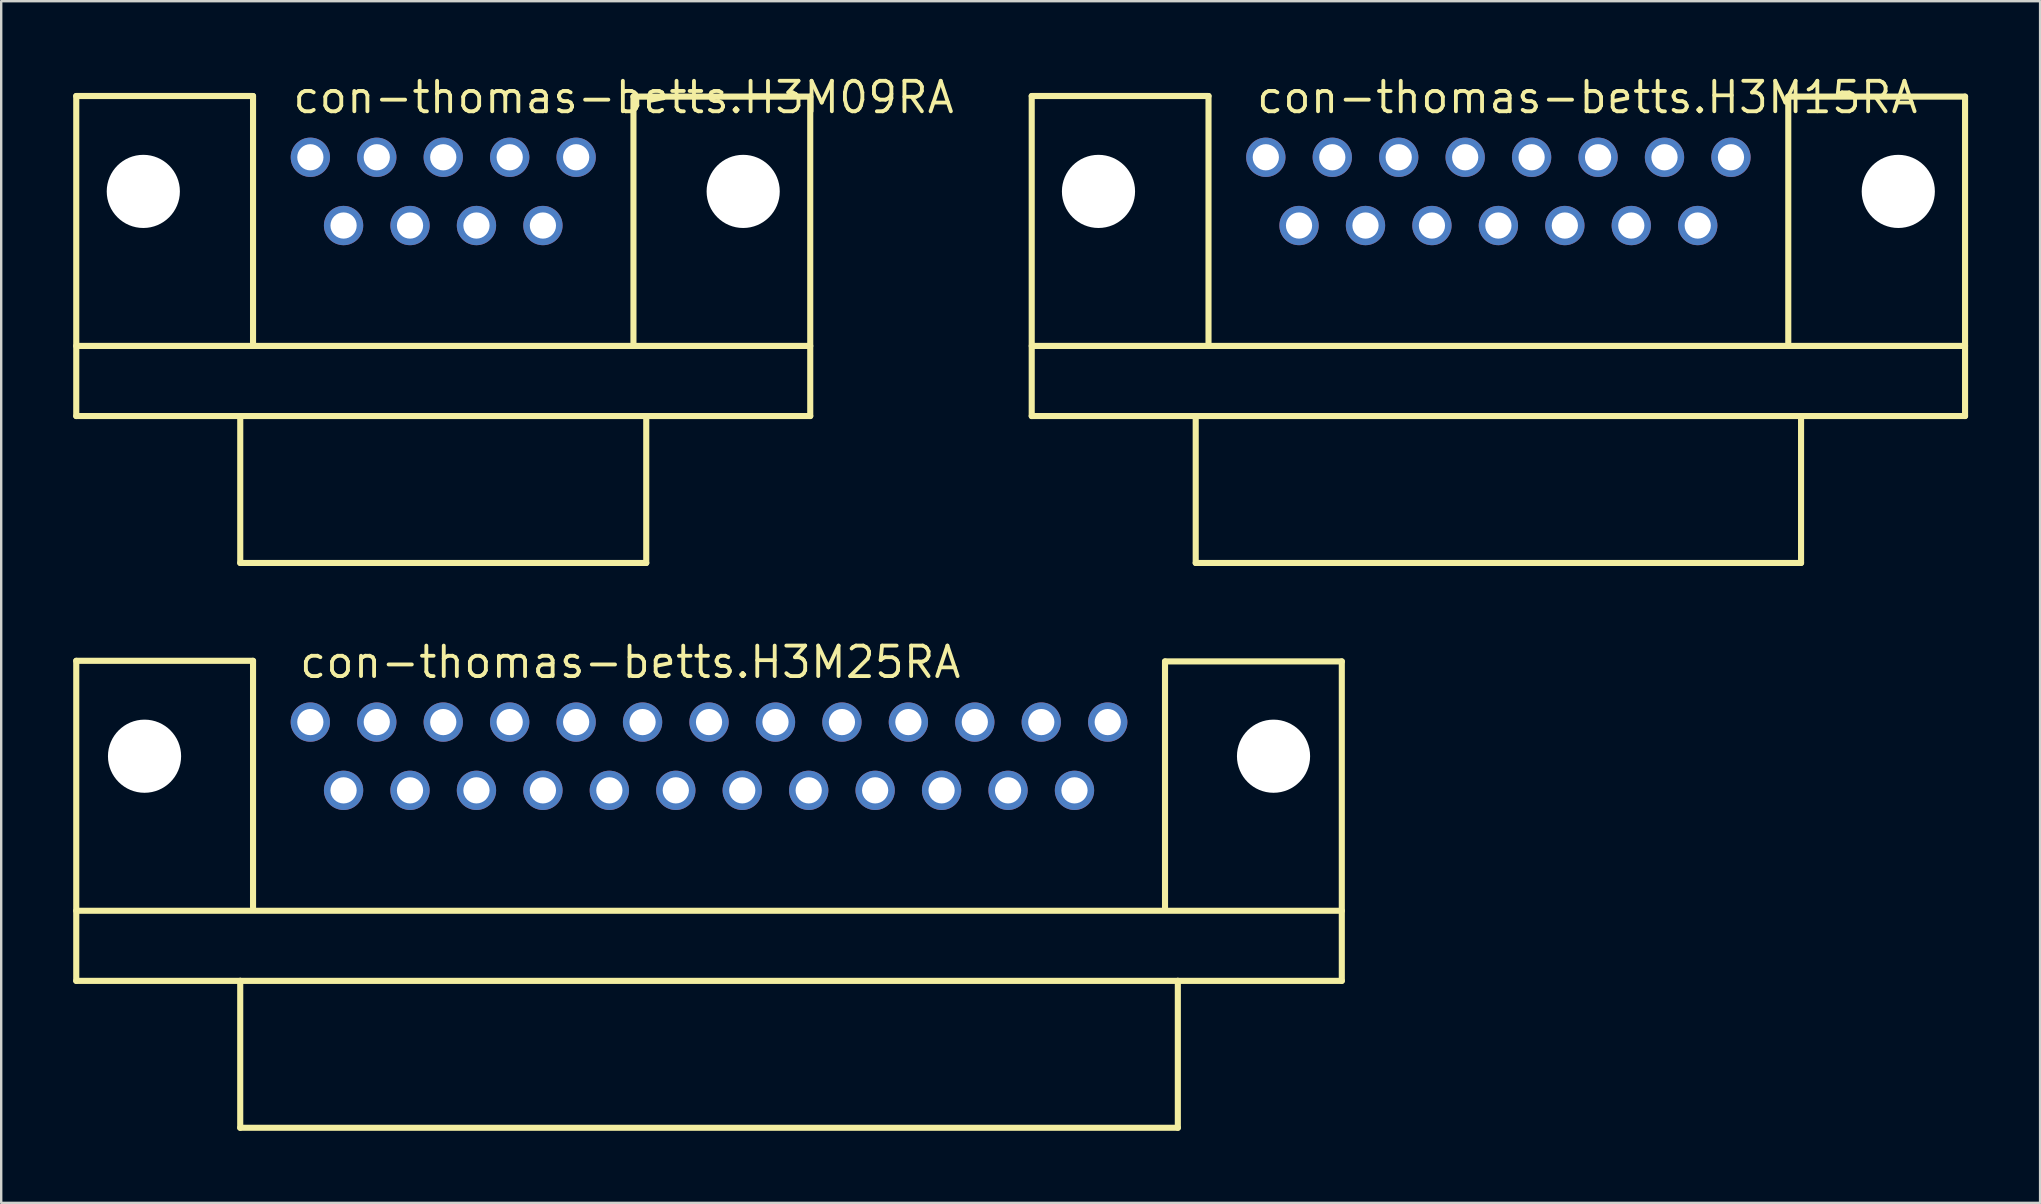
<source format=kicad_pcb>
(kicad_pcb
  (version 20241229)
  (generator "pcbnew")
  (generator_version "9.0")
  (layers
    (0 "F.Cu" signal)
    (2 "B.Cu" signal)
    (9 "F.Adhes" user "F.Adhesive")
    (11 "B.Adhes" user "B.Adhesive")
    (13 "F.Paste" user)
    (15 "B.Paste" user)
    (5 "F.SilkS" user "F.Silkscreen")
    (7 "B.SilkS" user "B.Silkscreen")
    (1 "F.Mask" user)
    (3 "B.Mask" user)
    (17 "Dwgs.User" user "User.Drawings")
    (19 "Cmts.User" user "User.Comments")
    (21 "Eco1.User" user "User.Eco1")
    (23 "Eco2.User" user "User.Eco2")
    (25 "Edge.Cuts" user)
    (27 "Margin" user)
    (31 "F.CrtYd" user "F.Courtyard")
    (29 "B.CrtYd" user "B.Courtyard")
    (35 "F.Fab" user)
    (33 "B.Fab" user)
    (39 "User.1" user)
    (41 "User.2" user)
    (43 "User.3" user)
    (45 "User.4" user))
  (footprint "con-thomas-betts.H3M15RA"
    (layer "F.Cu")
    (at 59.381 4.925)
    (property "Reference" "con-thomas-betts.H3M15RA" (at -10.16 -3.175 0) (layer "F.SilkS") (effects (font (size 1.27 1.27) (thickness 0.16)) (justify left bottom)))
    (attr through_hole)
    (fp_line (start -19.444 -3.975) (end -12.078 -3.975) (stroke (width 0.254) (type default)) (layer "F.SilkS"))
    (fp_line (start -19.444 6.439) (end 19.444 6.439) (stroke (width 0.254) (type default)) (layer "F.SilkS"))
    (fp_line (start -19.444 9.36) (end -19.444 -3.975) (stroke (width 0.254) (type default)) (layer "F.SilkS"))
    (fp_line (start -12.611 9.36) (end -19.444 9.36) (stroke (width 0.254) (type default)) (layer "F.SilkS"))
    (fp_line (start -12.611 9.36) (end 12.611 9.36) (stroke (width 0.254) (type default)) (layer "F.SilkS"))
    (fp_line (start -12.611 15.481) (end -12.611 9.36) (stroke (width 0.254) (type default)) (layer "F.SilkS"))
    (fp_line (start -12.078 -3.975) (end -12.078 6.299) (stroke (width 0.254) (type default)) (layer "F.SilkS"))
    (fp_line (start 12.078 -3.95) (end 12.078 6.299) (stroke (width 0.254) (type default)) (layer "F.SilkS"))
    (fp_line (start 12.611 9.36) (end 12.611 15.481) (stroke (width 0.254) (type default)) (layer "F.SilkS"))
    (fp_line (start 12.611 15.481) (end -12.611 15.481) (stroke (width 0.254) (type default)) (layer "F.SilkS"))
    (fp_line (start 19.444 -3.95) (end 12.078 -3.95) (stroke (width 0.254) (type default)) (layer "F.SilkS"))
    (fp_line (start 19.444 -3.95) (end 19.444 9.36) (stroke (width 0.254) (type default)) (layer "F.SilkS"))
    (fp_line (start 19.444 9.36) (end 12.611 9.36) (stroke (width 0.254) (type default)) (layer "F.SilkS"))
    (pad "" np_thru_hole circle (at -16.662 0) (size 3.048 3.048) (drill 3.048) (layers "*.Cu" "*.Mask"))
    (pad "" np_thru_hole circle (at 16.662 0) (size 3.048 3.048) (drill 3.048) (layers "*.Cu" "*.Mask"))
    (pad "1" thru_hole circle (at -9.69 -1.422) (size 1.638 1.638) (drill 1.092) (layers "*.Cu" "*.Mask"))
    (pad "2" thru_hole circle (at -6.921 -1.422) (size 1.638 1.638) (drill 1.092) (layers "*.Cu" "*.Mask"))
    (pad "3" thru_hole circle (at -4.153 -1.422) (size 1.638 1.638) (drill 1.092) (layers "*.Cu" "*.Mask"))
    (pad "4" thru_hole circle (at -1.384 -1.422) (size 1.638 1.638) (drill 1.092) (layers "*.Cu" "*.Mask"))
    (pad "5" thru_hole circle (at 1.384 -1.422) (size 1.638 1.638) (drill 1.092) (layers "*.Cu" "*.Mask"))
    (pad "6" thru_hole circle (at 4.153 -1.422) (size 1.638 1.638) (drill 1.092) (layers "*.Cu" "*.Mask"))
    (pad "7" thru_hole circle (at 6.921 -1.422) (size 1.638 1.638) (drill 1.092) (layers "*.Cu" "*.Mask"))
    (pad "8" thru_hole circle (at 9.69 -1.422) (size 1.638 1.638) (drill 1.092) (layers "*.Cu" "*.Mask"))
    (pad "9" thru_hole circle (at -8.306 1.422) (size 1.638 1.638) (drill 1.092) (layers "*.Cu" "*.Mask"))
    (pad "10" thru_hole circle (at -5.537 1.422) (size 1.638 1.638) (drill 1.092) (layers "*.Cu" "*.Mask"))
    (pad "11" thru_hole circle (at -2.769 1.422) (size 1.638 1.638) (drill 1.092) (layers "*.Cu" "*.Mask"))
    (pad "12" thru_hole circle (at 0 1.422) (size 1.638 1.638) (drill 1.092) (layers "*.Cu" "*.Mask"))
    (pad "13" thru_hole circle (at 2.769 1.422) (size 1.638 1.638) (drill 1.092) (layers "*.Cu" "*.Mask"))
    (pad "14" thru_hole circle (at 5.537 1.422) (size 1.638 1.638) (drill 1.092) (layers "*.Cu" "*.Mask"))
    (pad "15" thru_hole circle (at 8.306 1.422) (size 1.638 1.638) (drill 1.092) (layers "*.Cu" "*.Mask")))
  (footprint "con-thomas-betts.H3M25RA"
    (layer "F.Cu")
    (at 26.492 28.458)
    (property "Reference" "con-thomas-betts.H3M25RA" (at -17.145 -3.175 0) (layer "F.SilkS") (effects (font (size 1.27 1.27) (thickness 0.16)) (justify left bottom)))
    (attr through_hole)
    (fp_line (start -26.365 -3.975) (end -18.999 -3.975) (stroke (width 0.254) (type default)) (layer "F.SilkS"))
    (fp_line (start -26.365 6.439) (end 26.365 6.439) (stroke (width 0.254) (type default)) (layer "F.SilkS"))
    (fp_line (start -26.365 9.36) (end -26.365 -3.975) (stroke (width 0.254) (type default)) (layer "F.SilkS"))
    (fp_line (start -19.533 9.36) (end -26.365 9.36) (stroke (width 0.254) (type default)) (layer "F.SilkS"))
    (fp_line (start -19.533 9.36) (end 19.533 9.36) (stroke (width 0.254) (type default)) (layer "F.SilkS"))
    (fp_line (start -19.533 15.481) (end -19.533 9.36) (stroke (width 0.254) (type default)) (layer "F.SilkS"))
    (fp_line (start -18.999 -3.975) (end -18.999 6.299) (stroke (width 0.254) (type default)) (layer "F.SilkS"))
    (fp_line (start 18.999 -3.95) (end 18.999 6.299) (stroke (width 0.254) (type default)) (layer "F.SilkS"))
    (fp_line (start 19.533 9.36) (end 19.533 15.481) (stroke (width 0.254) (type default)) (layer "F.SilkS"))
    (fp_line (start 19.533 15.481) (end -19.533 15.481) (stroke (width 0.254) (type default)) (layer "F.SilkS"))
    (fp_line (start 26.365 -3.95) (end 18.999 -3.95) (stroke (width 0.254) (type default)) (layer "F.SilkS"))
    (fp_line (start 26.365 -3.95) (end 26.365 9.36) (stroke (width 0.254) (type default)) (layer "F.SilkS"))
    (fp_line (start 26.365 9.36) (end 19.533 9.36) (stroke (width 0.254) (type default)) (layer "F.SilkS"))
    (pad "" np_thru_hole circle (at -23.52 0) (size 3.048 3.048) (drill 3.048) (layers "*.Cu" "*.Mask"))
    (pad "" np_thru_hole circle (at 23.52 0) (size 3.048 3.048) (drill 3.048) (layers "*.Cu" "*.Mask"))
    (pad "1" thru_hole circle (at -16.612 -1.422) (size 1.638 1.638) (drill 1.092) (layers "*.Cu" "*.Mask"))
    (pad "2" thru_hole circle (at -13.843 -1.422) (size 1.638 1.638) (drill 1.092) (layers "*.Cu" "*.Mask"))
    (pad "3" thru_hole circle (at -11.074 -1.422) (size 1.638 1.638) (drill 1.092) (layers "*.Cu" "*.Mask"))
    (pad "4" thru_hole circle (at -8.306 -1.422) (size 1.638 1.638) (drill 1.092) (layers "*.Cu" "*.Mask"))
    (pad "5" thru_hole circle (at -5.537 -1.422) (size 1.638 1.638) (drill 1.092) (layers "*.Cu" "*.Mask"))
    (pad "6" thru_hole circle (at -2.769 -1.422) (size 1.638 1.638) (drill 1.092) (layers "*.Cu" "*.Mask"))
    (pad "7" thru_hole circle (at 0 -1.422) (size 1.638 1.638) (drill 1.092) (layers "*.Cu" "*.Mask"))
    (pad "8" thru_hole circle (at 2.769 -1.422) (size 1.638 1.638) (drill 1.092) (layers "*.Cu" "*.Mask"))
    (pad "9" thru_hole circle (at 5.537 -1.422) (size 1.638 1.638) (drill 1.092) (layers "*.Cu" "*.Mask"))
    (pad "10" thru_hole circle (at 8.306 -1.422) (size 1.638 1.638) (drill 1.092) (layers "*.Cu" "*.Mask"))
    (pad "11" thru_hole circle (at 11.074 -1.422) (size 1.638 1.638) (drill 1.092) (layers "*.Cu" "*.Mask"))
    (pad "12" thru_hole circle (at 13.843 -1.422) (size 1.638 1.638) (drill 1.092) (layers "*.Cu" "*.Mask"))
    (pad "13" thru_hole circle (at 16.612 -1.422) (size 1.638 1.638) (drill 1.092) (layers "*.Cu" "*.Mask"))
    (pad "14" thru_hole circle (at -15.227 1.422) (size 1.638 1.638) (drill 1.092) (layers "*.Cu" "*.Mask"))
    (pad "15" thru_hole circle (at -12.459 1.422) (size 1.638 1.638) (drill 1.092) (layers "*.Cu" "*.Mask"))
    (pad "16" thru_hole circle (at -9.69 1.422) (size 1.638 1.638) (drill 1.092) (layers "*.Cu" "*.Mask"))
    (pad "17" thru_hole circle (at -6.921 1.422) (size 1.638 1.638) (drill 1.092) (layers "*.Cu" "*.Mask"))
    (pad "18" thru_hole circle (at -4.153 1.422) (size 1.638 1.638) (drill 1.092) (layers "*.Cu" "*.Mask"))
    (pad "19" thru_hole circle (at -1.384 1.422) (size 1.638 1.638) (drill 1.092) (layers "*.Cu" "*.Mask"))
    (pad "20" thru_hole circle (at 1.384 1.422) (size 1.638 1.638) (drill 1.092) (layers "*.Cu" "*.Mask"))
    (pad "21" thru_hole circle (at 4.153 1.422) (size 1.638 1.638) (drill 1.092) (layers "*.Cu" "*.Mask"))
    (pad "22" thru_hole circle (at 6.921 1.422) (size 1.638 1.638) (drill 1.092) (layers "*.Cu" "*.Mask"))
    (pad "23" thru_hole circle (at 9.69 1.422) (size 1.638 1.638) (drill 1.092) (layers "*.Cu" "*.Mask"))
    (pad "24" thru_hole circle (at 12.459 1.422) (size 1.638 1.638) (drill 1.092) (layers "*.Cu" "*.Mask"))
    (pad "25" thru_hole circle (at 15.227 1.422) (size 1.638 1.638) (drill 1.092) (layers "*.Cu" "*.Mask")))
  (footprint "con-thomas-betts.H3M09RA"
    (layer "F.Cu")
    (at 15.418 4.925)
    (property "Reference" "con-thomas-betts.H3M09RA" (at -6.35 -3.175 0) (layer "F.SilkS") (effects (font (size 1.27 1.27) (thickness 0.16)) (justify left bottom)))
    (attr through_hole)
    (fp_line (start -15.291 -3.975) (end -7.925 -3.975) (stroke (width 0.254) (type default)) (layer "F.SilkS"))
    (fp_line (start -15.291 6.439) (end 15.291 6.439) (stroke (width 0.254) (type default)) (layer "F.SilkS"))
    (fp_line (start -15.291 9.36) (end -15.291 -3.975) (stroke (width 0.254) (type default)) (layer "F.SilkS"))
    (fp_line (start -8.458 9.36) (end -15.291 9.36) (stroke (width 0.254) (type default)) (layer "F.SilkS"))
    (fp_line (start -8.458 9.36) (end 8.458 9.36) (stroke (width 0.254) (type default)) (layer "F.SilkS"))
    (fp_line (start -8.458 15.481) (end -8.458 9.36) (stroke (width 0.254) (type default)) (layer "F.SilkS"))
    (fp_line (start -7.925 -3.975) (end -7.925 6.299) (stroke (width 0.254) (type default)) (layer "F.SilkS"))
    (fp_line (start 7.925 -3.95) (end 7.925 6.299) (stroke (width 0.254) (type default)) (layer "F.SilkS"))
    (fp_line (start 8.458 9.36) (end 8.458 15.481) (stroke (width 0.254) (type default)) (layer "F.SilkS"))
    (fp_line (start 8.458 15.481) (end -8.458 15.481) (stroke (width 0.254) (type default)) (layer "F.SilkS"))
    (fp_line (start 15.291 -3.95) (end 7.925 -3.95) (stroke (width 0.254) (type default)) (layer "F.SilkS"))
    (fp_line (start 15.291 -3.95) (end 15.291 9.36) (stroke (width 0.254) (type default)) (layer "F.SilkS"))
    (fp_line (start 15.291 9.36) (end 8.458 9.36) (stroke (width 0.254) (type default)) (layer "F.SilkS"))
    (pad "" np_thru_hole circle (at -12.497 0) (size 3.048 3.048) (drill 3.048) (layers "*.Cu" "*.Mask"))
    (pad "" np_thru_hole circle (at 12.497 0) (size 3.048 3.048) (drill 3.048) (layers "*.Cu" "*.Mask"))
    (pad "1" thru_hole circle (at -5.537 -1.422) (size 1.638 1.638) (drill 1.092) (layers "*.Cu" "*.Mask"))
    (pad "2" thru_hole circle (at -2.769 -1.422) (size 1.638 1.638) (drill 1.092) (layers "*.Cu" "*.Mask"))
    (pad "3" thru_hole circle (at 0 -1.422) (size 1.638 1.638) (drill 1.092) (layers "*.Cu" "*.Mask"))
    (pad "4" thru_hole circle (at 2.769 -1.422) (size 1.638 1.638) (drill 1.092) (layers "*.Cu" "*.Mask"))
    (pad "5" thru_hole circle (at 5.537 -1.422) (size 1.638 1.638) (drill 1.092) (layers "*.Cu" "*.Mask"))
    (pad "6" thru_hole circle (at -4.153 1.422) (size 1.638 1.638) (drill 1.092) (layers "*.Cu" "*.Mask"))
    (pad "7" thru_hole circle (at -1.384 1.422) (size 1.638 1.638) (drill 1.092) (layers "*.Cu" "*.Mask"))
    (pad "8" thru_hole circle (at 1.384 1.422) (size 1.638 1.638) (drill 1.092) (layers "*.Cu" "*.Mask"))
    (pad "9" thru_hole circle (at 4.153 1.422) (size 1.638 1.638) (drill 1.092) (layers "*.Cu" "*.Mask")))
  (gr_rect
    (start -3 -3)
    (end 81.952 47.067)
    (stroke (width 0.1) (type default))
    (fill no)
    (layer "Edge.Cuts")))
</source>
